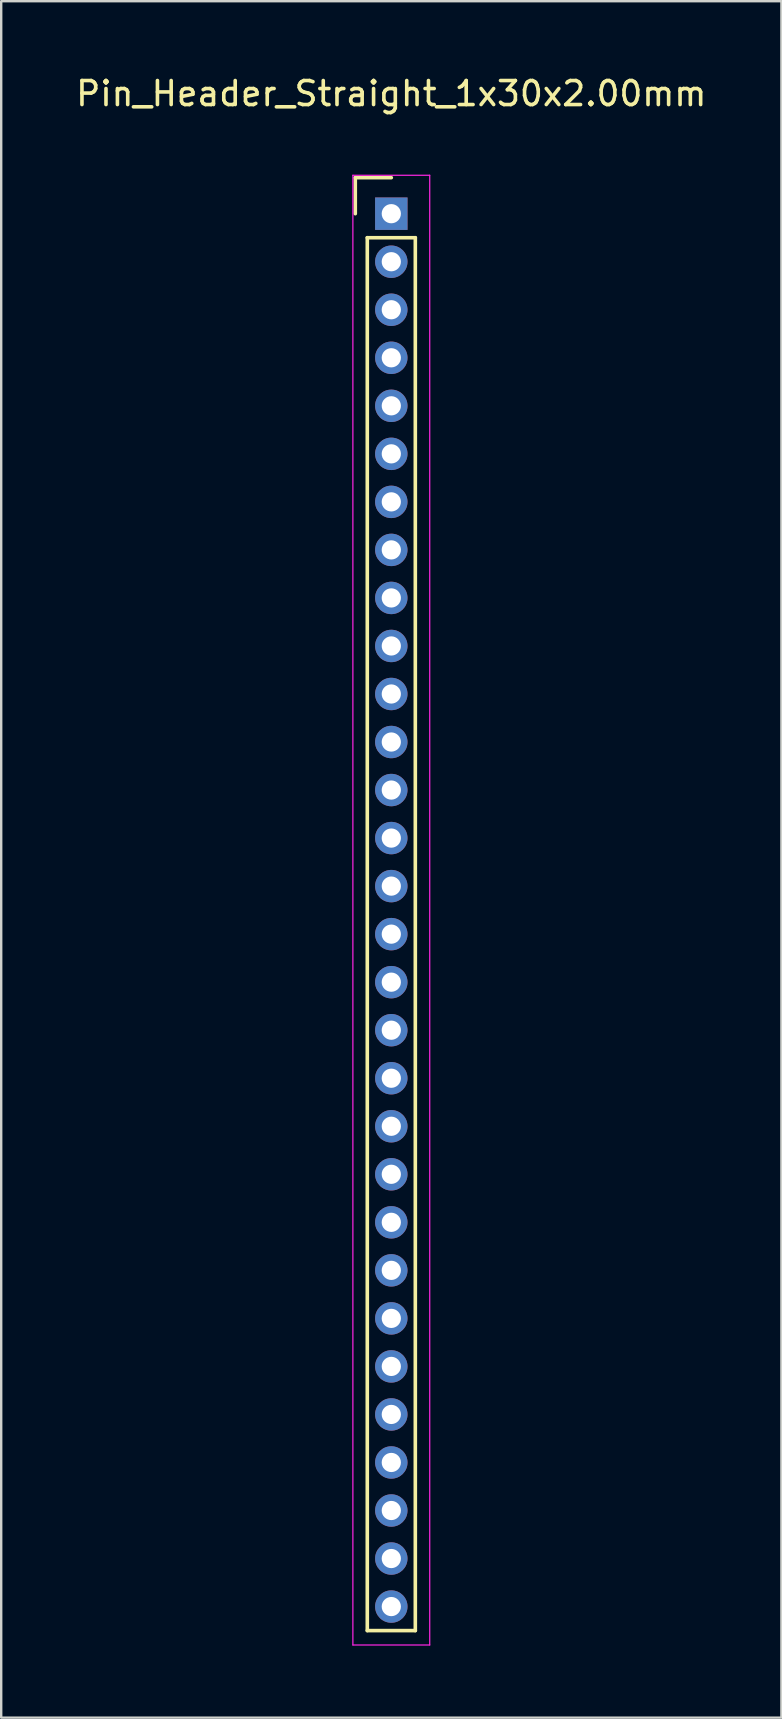
<source format=kicad_pcb>
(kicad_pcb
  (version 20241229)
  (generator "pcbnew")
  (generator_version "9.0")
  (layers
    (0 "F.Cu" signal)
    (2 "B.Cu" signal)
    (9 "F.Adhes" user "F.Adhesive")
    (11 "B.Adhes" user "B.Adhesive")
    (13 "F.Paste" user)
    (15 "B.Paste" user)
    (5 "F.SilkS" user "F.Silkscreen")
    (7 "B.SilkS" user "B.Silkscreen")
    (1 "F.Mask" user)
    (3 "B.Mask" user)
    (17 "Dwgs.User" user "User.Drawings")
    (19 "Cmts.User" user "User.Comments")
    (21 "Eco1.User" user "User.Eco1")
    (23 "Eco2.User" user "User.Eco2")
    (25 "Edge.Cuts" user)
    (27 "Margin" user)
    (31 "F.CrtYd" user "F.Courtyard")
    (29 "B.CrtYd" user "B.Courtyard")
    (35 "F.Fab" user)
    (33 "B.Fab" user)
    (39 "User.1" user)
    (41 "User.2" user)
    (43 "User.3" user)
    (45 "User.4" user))
  (footprint "Pin_Header_Straight_1x30x2.00mm"
    (layer "F.Cu")
    (at 13.244 5.848)
    (property "Reference" "Pin_Header_Straight_1x30x2.00mm" (at 0 -5 0) (layer "F.SilkS") (effects (font (size 1 1) (thickness 0.15))))
    (attr through_hole)
    (fp_line (start -1.5 -1.5) (end 0 -1.5) (stroke (width 0.15) (type solid)) (layer "F.SilkS"))
    (fp_line (start -1.5 0) (end -1.5 -1.5) (stroke (width 0.15) (type solid)) (layer "F.SilkS"))
    (fp_line (start -1 1) (end 1 1) (stroke (width 0.15) (type solid)) (layer "F.SilkS"))
    (fp_line (start -1 59) (end -1 1) (stroke (width 0.15) (type solid)) (layer "F.SilkS"))
    (fp_line (start 1 1) (end 1 59) (stroke (width 0.15) (type solid)) (layer "F.SilkS"))
    (fp_line (start 1 59) (end -1 59) (stroke (width 0.15) (type solid)) (layer "F.SilkS"))
    (fp_line (start -1.6 -1.6) (end 1.6 -1.6) (stroke (width 0.05) (type solid)) (layer "F.CrtYd"))
    (fp_line (start -1.6 59.6) (end -1.6 -1.6) (stroke (width 0.05) (type solid)) (layer "F.CrtYd"))
    (fp_line (start 1.6 -1.6) (end 1.6 59.6) (stroke (width 0.05) (type solid)) (layer "F.CrtYd"))
    (fp_line (start 1.6 59.6) (end -1.6 59.6) (stroke (width 0.05) (type solid)) (layer "F.CrtYd"))
    (pad "1" thru_hole rect (at 0 0) (size 1.35 1.35) (drill 0.8) (layers "*.Cu" "*.Mask"))
    (pad "2" thru_hole circle (at 0 2) (size 1.35 1.35) (drill 0.8) (layers "*.Cu" "*.Mask"))
    (pad "3" thru_hole circle (at 0 4) (size 1.35 1.35) (drill 0.8) (layers "*.Cu" "*.Mask"))
    (pad "4" thru_hole circle (at 0 6) (size 1.35 1.35) (drill 0.8) (layers "*.Cu" "*.Mask"))
    (pad "5" thru_hole circle (at 0 8) (size 1.35 1.35) (drill 0.8) (layers "*.Cu" "*.Mask"))
    (pad "6" thru_hole circle (at 0 10) (size 1.35 1.35) (drill 0.8) (layers "*.Cu" "*.Mask"))
    (pad "7" thru_hole circle (at 0 12) (size 1.35 1.35) (drill 0.8) (layers "*.Cu" "*.Mask"))
    (pad "8" thru_hole circle (at 0 14) (size 1.35 1.35) (drill 0.8) (layers "*.Cu" "*.Mask"))
    (pad "9" thru_hole circle (at 0 16) (size 1.35 1.35) (drill 0.8) (layers "*.Cu" "*.Mask"))
    (pad "10" thru_hole circle (at 0 18) (size 1.35 1.35) (drill 0.8) (layers "*.Cu" "*.Mask"))
    (pad "11" thru_hole circle (at 0 20) (size 1.35 1.35) (drill 0.8) (layers "*.Cu" "*.Mask"))
    (pad "12" thru_hole circle (at 0 22) (size 1.35 1.35) (drill 0.8) (layers "*.Cu" "*.Mask"))
    (pad "13" thru_hole circle (at 0 24) (size 1.35 1.35) (drill 0.8) (layers "*.Cu" "*.Mask"))
    (pad "14" thru_hole circle (at 0 26) (size 1.35 1.35) (drill 0.8) (layers "*.Cu" "*.Mask"))
    (pad "15" thru_hole circle (at 0 28) (size 1.35 1.35) (drill 0.8) (layers "*.Cu" "*.Mask"))
    (pad "16" thru_hole circle (at 0 30) (size 1.35 1.35) (drill 0.8) (layers "*.Cu" "*.Mask"))
    (pad "17" thru_hole circle (at 0 32) (size 1.35 1.35) (drill 0.8) (layers "*.Cu" "*.Mask"))
    (pad "18" thru_hole circle (at 0 34) (size 1.35 1.35) (drill 0.8) (layers "*.Cu" "*.Mask"))
    (pad "19" thru_hole circle (at 0 36) (size 1.35 1.35) (drill 0.8) (layers "*.Cu" "*.Mask"))
    (pad "20" thru_hole circle (at 0 38) (size 1.35 1.35) (drill 0.8) (layers "*.Cu" "*.Mask"))
    (pad "21" thru_hole circle (at 0 40) (size 1.35 1.35) (drill 0.8) (layers "*.Cu" "*.Mask"))
    (pad "22" thru_hole circle (at 0 42) (size 1.35 1.35) (drill 0.8) (layers "*.Cu" "*.Mask"))
    (pad "23" thru_hole circle (at 0 44) (size 1.35 1.35) (drill 0.8) (layers "*.Cu" "*.Mask"))
    (pad "24" thru_hole circle (at 0 46) (size 1.35 1.35) (drill 0.8) (layers "*.Cu" "*.Mask"))
    (pad "25" thru_hole circle (at 0 48) (size 1.35 1.35) (drill 0.8) (layers "*.Cu" "*.Mask"))
    (pad "26" thru_hole circle (at 0 50) (size 1.35 1.35) (drill 0.8) (layers "*.Cu" "*.Mask"))
    (pad "27" thru_hole circle (at 0 52) (size 1.35 1.35) (drill 0.8) (layers "*.Cu" "*.Mask"))
    (pad "28" thru_hole circle (at 0 54) (size 1.35 1.35) (drill 0.8) (layers "*.Cu" "*.Mask"))
    (pad "29" thru_hole circle (at 0 56) (size 1.35 1.35) (drill 0.8) (layers "*.Cu" "*.Mask"))
    (pad "30" thru_hole circle (at 0 58) (size 1.35 1.35) (drill 0.8) (layers "*.Cu" "*.Mask")))
  (gr_rect
    (start -3 -3)
    (end 29.488 68.473)
    (stroke (width 0.1) (type default))
    (fill no)
    (layer "Edge.Cuts")))
</source>
